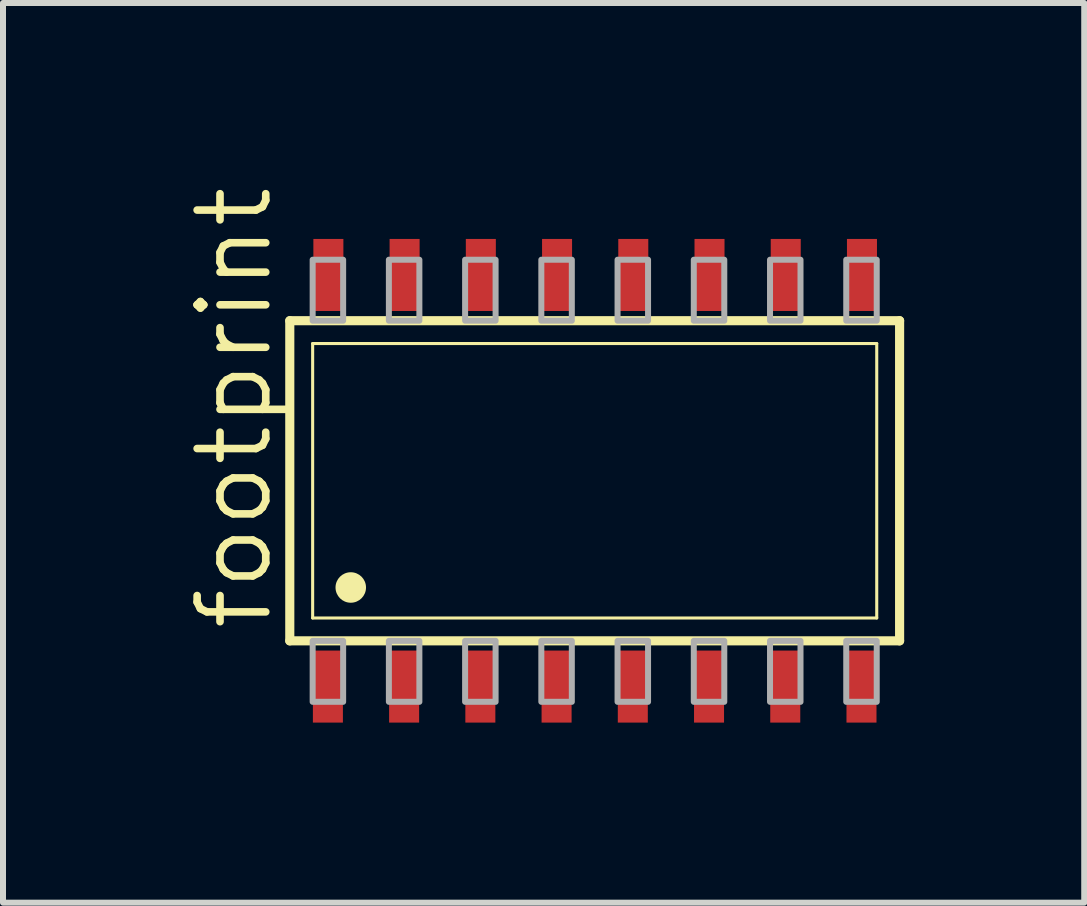
<source format=kicad_pcb>
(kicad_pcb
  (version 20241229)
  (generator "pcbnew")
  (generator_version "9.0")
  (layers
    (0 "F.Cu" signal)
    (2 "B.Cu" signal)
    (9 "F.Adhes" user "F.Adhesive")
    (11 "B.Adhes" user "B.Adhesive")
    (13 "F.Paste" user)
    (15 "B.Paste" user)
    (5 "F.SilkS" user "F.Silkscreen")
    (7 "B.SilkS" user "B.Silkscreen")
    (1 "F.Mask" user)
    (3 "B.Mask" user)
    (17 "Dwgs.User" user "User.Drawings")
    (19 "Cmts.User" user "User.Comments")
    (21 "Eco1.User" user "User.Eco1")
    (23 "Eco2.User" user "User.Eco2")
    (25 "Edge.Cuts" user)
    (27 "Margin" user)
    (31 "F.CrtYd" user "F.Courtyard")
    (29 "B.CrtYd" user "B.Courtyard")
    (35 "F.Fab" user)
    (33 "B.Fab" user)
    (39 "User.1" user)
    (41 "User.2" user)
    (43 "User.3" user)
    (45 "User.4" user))
  (footprint "footprint"
    (layer "F.Cu")
    (at 6.858 4.96)
    (property "Reference" "footprint" (at -5.334 2.54 90) (layer "F.SilkS") (effects (font (size 1.143 1.143) (thickness 0.127)) (justify left bottom)))
    (fp_line (start -5.08 -2.667) (end 5.08 -2.667) (stroke (width 0.152) (type solid)) (layer "F.SilkS"))
    (fp_line (start -5.08 2.667) (end -5.08 -2.667) (stroke (width 0.152) (type solid)) (layer "F.SilkS"))
    (fp_line (start -4.699 -2.286) (end 4.699 -2.286) (stroke (width 0.051) (type solid)) (layer "F.SilkS"))
    (fp_line (start -4.699 2.286) (end -4.699 -2.286) (stroke (width 0.051) (type solid)) (layer "F.SilkS"))
    (fp_line (start 4.699 -2.286) (end 4.699 2.286) (stroke (width 0.051) (type solid)) (layer "F.SilkS"))
    (fp_line (start 4.699 2.286) (end -4.699 2.286) (stroke (width 0.051) (type solid)) (layer "F.SilkS"))
    (fp_line (start 5.08 -2.667) (end 5.08 2.667) (stroke (width 0.152) (type solid)) (layer "F.SilkS"))
    (fp_line (start 5.08 2.667) (end -5.08 2.667) (stroke (width 0.152) (type solid)) (layer "F.SilkS"))
    (fp_circle (center -4.064 1.778) (end -3.937 1.778) (stroke (width 0.254) (type solid)) (fill yes) (layer "F.SilkS"))
    (fp_poly (pts (xy -4.699 -2.667) (xy -4.191 -2.667) (xy -4.191 -3.683) (xy -4.699 -3.683)) (stroke (width 0.1) (type solid)) (fill no) (layer "F.Fab"))
    (fp_poly (pts (xy -4.699 3.683) (xy -4.191 3.683) (xy -4.191 2.667) (xy -4.699 2.667)) (stroke (width 0.1) (type solid)) (fill no) (layer "F.Fab"))
    (fp_poly (pts (xy -3.429 -2.667) (xy -2.921 -2.667) (xy -2.921 -3.683) (xy -3.429 -3.683)) (stroke (width 0.1) (type solid)) (fill no) (layer "F.Fab"))
    (fp_poly (pts (xy -3.429 3.683) (xy -2.921 3.683) (xy -2.921 2.667) (xy -3.429 2.667)) (stroke (width 0.1) (type solid)) (fill no) (layer "F.Fab"))
    (fp_poly (pts (xy -2.159 -2.667) (xy -1.651 -2.667) (xy -1.651 -3.683) (xy -2.159 -3.683)) (stroke (width 0.1) (type solid)) (fill no) (layer "F.Fab"))
    (fp_poly (pts (xy -2.159 3.683) (xy -1.651 3.683) (xy -1.651 2.667) (xy -2.159 2.667)) (stroke (width 0.1) (type solid)) (fill no) (layer "F.Fab"))
    (fp_poly (pts (xy -0.889 -2.667) (xy -0.381 -2.667) (xy -0.381 -3.683) (xy -0.889 -3.683)) (stroke (width 0.1) (type solid)) (fill no) (layer "F.Fab"))
    (fp_poly (pts (xy -0.889 3.683) (xy -0.381 3.683) (xy -0.381 2.667) (xy -0.889 2.667)) (stroke (width 0.1) (type solid)) (fill no) (layer "F.Fab"))
    (fp_poly (pts (xy 0.381 -2.667) (xy 0.889 -2.667) (xy 0.889 -3.683) (xy 0.381 -3.683)) (stroke (width 0.1) (type solid)) (fill no) (layer "F.Fab"))
    (fp_poly (pts (xy 0.381 3.683) (xy 0.889 3.683) (xy 0.889 2.667) (xy 0.381 2.667)) (stroke (width 0.1) (type solid)) (fill no) (layer "F.Fab"))
    (fp_poly (pts (xy 1.651 -2.667) (xy 2.159 -2.667) (xy 2.159 -3.683) (xy 1.651 -3.683)) (stroke (width 0.1) (type solid)) (fill no) (layer "F.Fab"))
    (fp_poly (pts (xy 1.651 3.683) (xy 2.159 3.683) (xy 2.159 2.667) (xy 1.651 2.667)) (stroke (width 0.1) (type solid)) (fill no) (layer "F.Fab"))
    (fp_poly (pts (xy 2.921 -2.667) (xy 3.429 -2.667) (xy 3.429 -3.683) (xy 2.921 -3.683)) (stroke (width 0.1) (type solid)) (fill no) (layer "F.Fab"))
    (fp_poly (pts (xy 2.921 3.683) (xy 3.429 3.683) (xy 3.429 2.667) (xy 2.921 2.667)) (stroke (width 0.1) (type solid)) (fill no) (layer "F.Fab"))
    (fp_poly (pts (xy 4.191 -2.667) (xy 4.699 -2.667) (xy 4.699 -3.683) (xy 4.191 -3.683)) (stroke (width 0.1) (type solid)) (fill no) (layer "F.Fab"))
    (fp_poly (pts (xy 4.191 3.683) (xy 4.699 3.683) (xy 4.699 2.667) (xy 4.191 2.667)) (stroke (width 0.1) (type solid)) (fill no) (layer "F.Fab"))
    (pad "1" smd rect (at -4.445 3.429) (size 0.5 1.2) (layers "F.Cu" "F.Mask" "F.Paste"))
    (pad "2" smd rect (at -3.175 3.429) (size 0.5 1.2) (layers "F.Cu" "F.Mask" "F.Paste"))
    (pad "3" smd rect (at -1.905 3.429) (size 0.5 1.2) (layers "F.Cu" "F.Mask" "F.Paste"))
    (pad "4" smd rect (at -0.635 3.429) (size 0.5 1.2) (layers "F.Cu" "F.Mask" "F.Paste"))
    (pad "5" smd rect (at 0.635 3.429) (size 0.5 1.2) (layers "F.Cu" "F.Mask" "F.Paste"))
    (pad "6" smd rect (at 1.905 3.429) (size 0.5 1.2) (layers "F.Cu" "F.Mask" "F.Paste"))
    (pad "7" smd rect (at 3.175 3.429) (size 0.5 1.2) (layers "F.Cu" "F.Mask" "F.Paste"))
    (pad "8" smd rect (at 4.445 3.429) (size 0.5 1.2) (layers "F.Cu" "F.Mask" "F.Paste"))
    (pad "9" smd rect (at 4.453 -3.429) (size 0.5 1.2) (layers "F.Cu" "F.Mask" "F.Paste"))
    (pad "10" smd rect (at 3.183 -3.429) (size 0.5 1.2) (layers "F.Cu" "F.Mask" "F.Paste"))
    (pad "11" smd rect (at 1.913 -3.429) (size 0.5 1.2) (layers "F.Cu" "F.Mask" "F.Paste"))
    (pad "12" smd rect (at 0.643 -3.429) (size 0.5 1.2) (layers "F.Cu" "F.Mask" "F.Paste"))
    (pad "13" smd rect (at -0.627 -3.429) (size 0.5 1.2) (layers "F.Cu" "F.Mask" "F.Paste"))
    (pad "14" smd rect (at -1.897 -3.429) (size 0.5 1.2) (layers "F.Cu" "F.Mask" "F.Paste"))
    (pad "15" smd rect (at -3.167 -3.429) (size 0.5 1.2) (layers "F.Cu" "F.Mask" "F.Paste"))
    (pad "16" smd rect (at -4.437 -3.429) (size 0.5 1.2) (layers "F.Cu" "F.Mask" "F.Paste")))
  (gr_rect
    (start -3 -3)
    (end 15.014 11.989)
    (stroke (width 0.1) (type default))
    (fill no)
    (layer "Edge.Cuts")))
</source>
